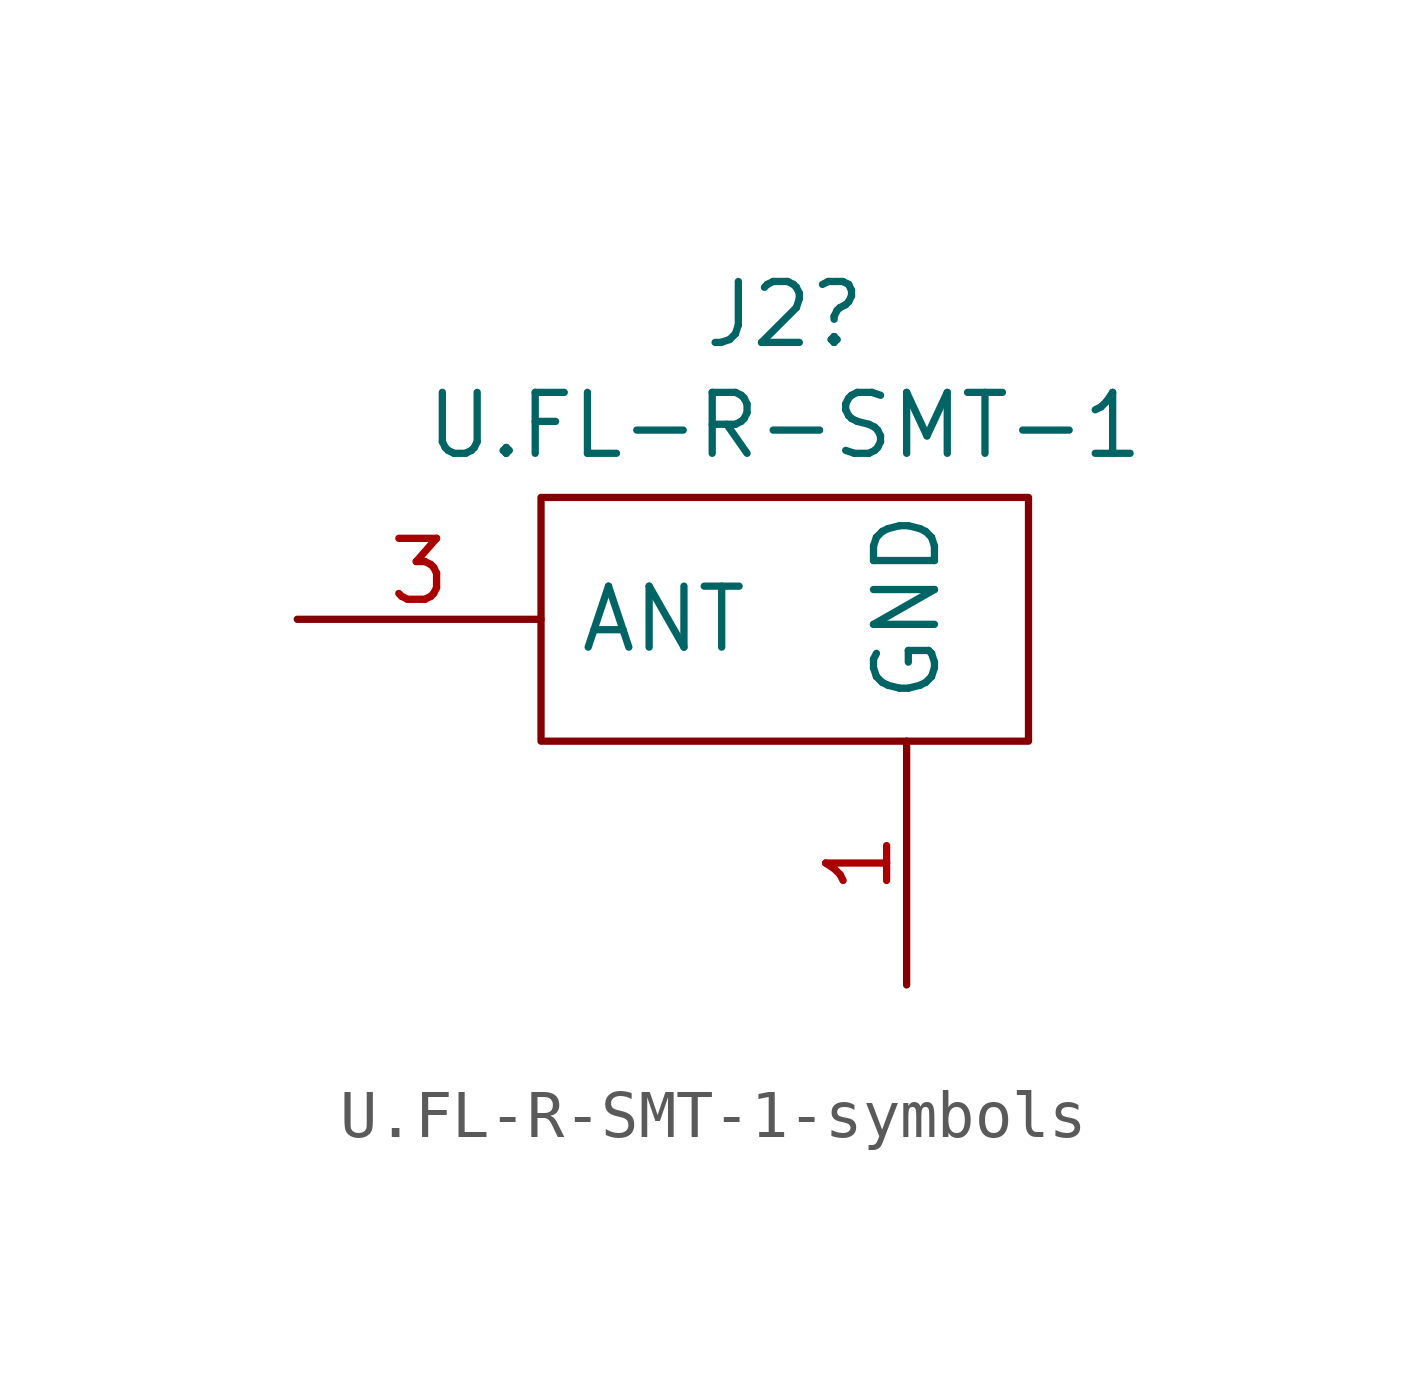
<source format=kicad_sym>
(kicad_symbol_lib
  (version 20211014)
  (generator kicad_symbol_editor)
  (symbol "U.FL-R-SMT-1-symbols"
    (pin_names
      (offset 0.762))
    (property "Reference" "J2"
      (at 0 6.35 0)
      (effects (font (size 1.27 1.27))))
    (property "Value" "U.FL-R-SMT-1"
      (at 0 4.039 0)
      (effects (font (size 1.27 1.27))))
    (symbol "U.FL-R-SMT-1-symbols_0_0"
      (pin unspecified line (at 2.54 -7.62 90) (length 5.08) (name "GND" (effects (font (size 1.27 1.27)))) (number "1" (effects (font (size 1.27 1.27)))))
      (pin unspecified line (at 2.54 -7.62 90) (length 5.08) hide (name "2" (effects (font (size 1.27 1.27)))) (number "2" (effects (font (size 1.27 1.27)))))
      (pin unspecified line (at -10.16 0 0) (length 5.08) (name "ANT" (effects (font (size 1.27 1.27)))) (number "3" (effects (font (size 1.27 1.27))))))
    (symbol "U.FL-R-SMT-1-symbols_0_1"
      (polyline (pts (xy -5.08 2.54) (xy 5.08 2.54) (xy 5.08 -2.54) (xy -5.08 -2.54) (xy -5.08 2.54)) (stroke (width 0.152) (type default) (color 0 0 0 0)) (fill (type none))))))
</source>
